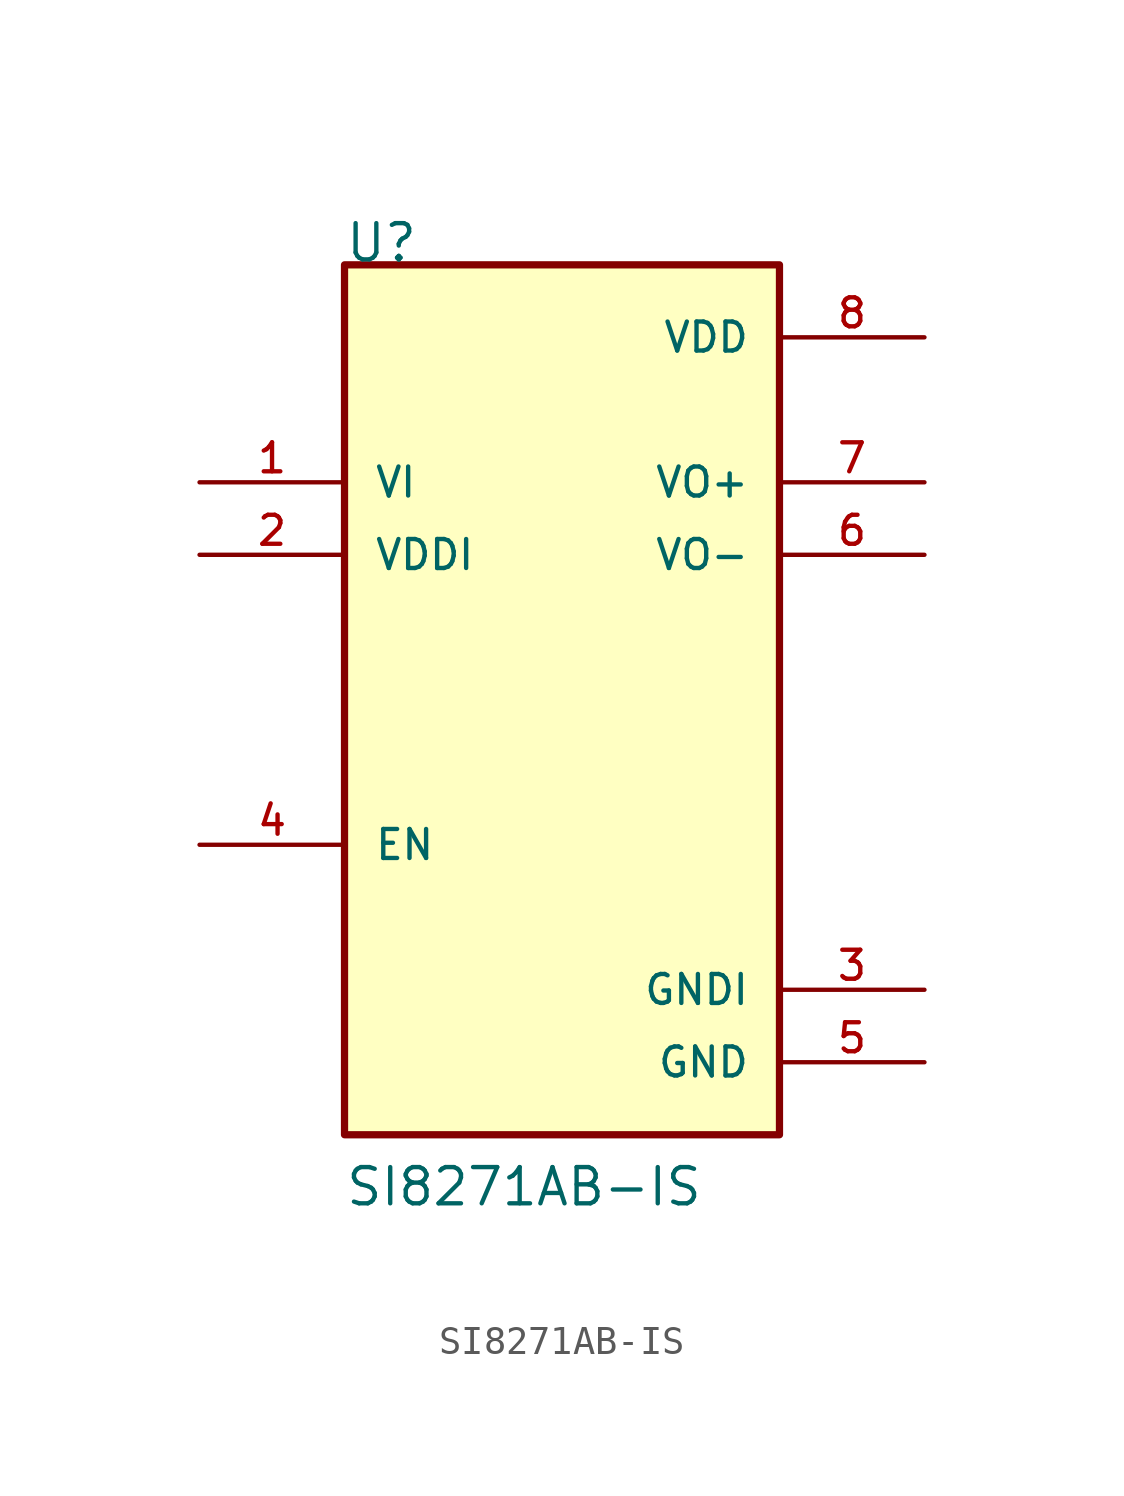
<source format=kicad_sym>
(kicad_symbol_lib
  (version 20211014)
  (generator kicad_symbol_editor)
  (symbol "SI8271AB-IS"
    (pin_names
      (offset 1.016))
    (property "Reference" "U"
      (at -7.634 15.268 0)
      (effects (font (size 1.27 1.27)) (justify bottom left)))
    (property "Value" "SI8271AB-IS"
      (at -7.631 -17.806 0)
      (effects (font (size 1.27 1.27)) (justify bottom left)))
    (symbol "SI8271AB-IS_0_0"
      (rectangle (start -7.62 -15.24) (end 7.62 15.24) (stroke (width 0.254)) (fill (type background)))
      (pin bidirectional line (at -12.7 7.62 0) (length 5.08) (name "VI" (effects (font (size 1.016 1.016)))) (number "1" (effects (font (size 1.016 1.016)))))
      (pin bidirectional line (at -12.7 5.08 0) (length 5.08) (name "VDDI" (effects (font (size 1.016 1.016)))) (number "2" (effects (font (size 1.016 1.016)))))
      (pin bidirectional line (at 12.7 -10.16 180.0) (length 5.08) (name "GNDI" (effects (font (size 1.016 1.016)))) (number "3" (effects (font (size 1.016 1.016)))))
      (pin bidirectional line (at -12.7 -5.08 0) (length 5.08) (name "EN" (effects (font (size 1.016 1.016)))) (number "4" (effects (font (size 1.016 1.016)))))
      (pin bidirectional line (at 12.7 -12.7 180.0) (length 5.08) (name "GND" (effects (font (size 1.016 1.016)))) (number "5" (effects (font (size 1.016 1.016)))))
      (pin bidirectional line (at 12.7 5.08 180.0) (length 5.08) (name "VO-" (effects (font (size 1.016 1.016)))) (number "6" (effects (font (size 1.016 1.016)))))
      (pin bidirectional line (at 12.7 7.62 180.0) (length 5.08) (name "VO+" (effects (font (size 1.016 1.016)))) (number "7" (effects (font (size 1.016 1.016)))))
      (pin bidirectional line (at 12.7 12.7 180.0) (length 5.08) (name "VDD" (effects (font (size 1.016 1.016)))) (number "8" (effects (font (size 1.016 1.016))))))))
</source>
